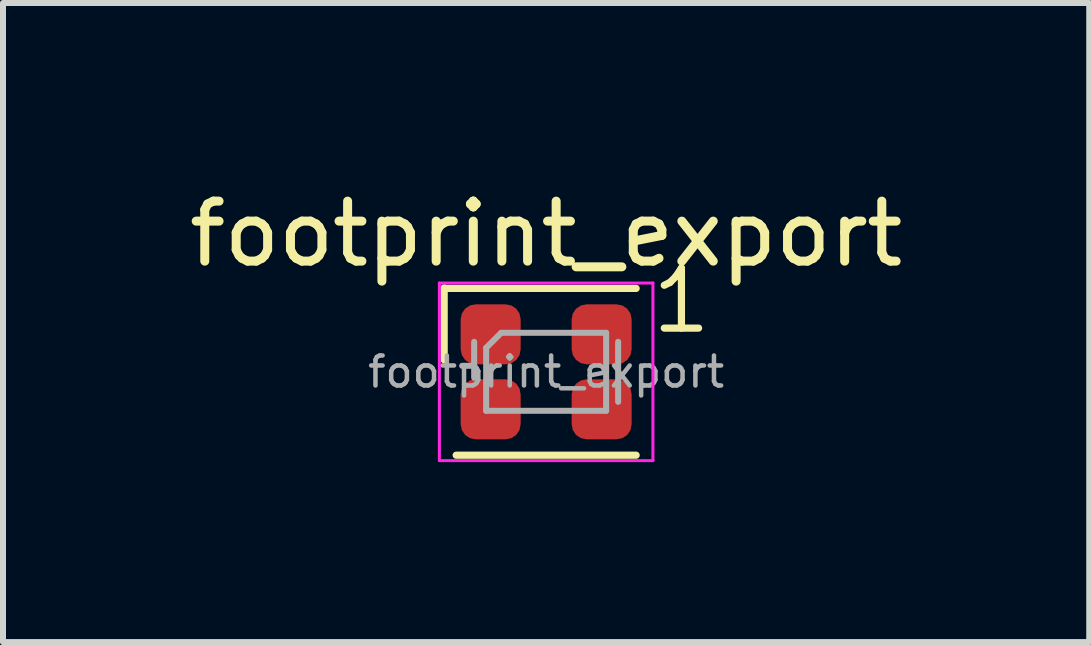
<source format=kicad_pcb>
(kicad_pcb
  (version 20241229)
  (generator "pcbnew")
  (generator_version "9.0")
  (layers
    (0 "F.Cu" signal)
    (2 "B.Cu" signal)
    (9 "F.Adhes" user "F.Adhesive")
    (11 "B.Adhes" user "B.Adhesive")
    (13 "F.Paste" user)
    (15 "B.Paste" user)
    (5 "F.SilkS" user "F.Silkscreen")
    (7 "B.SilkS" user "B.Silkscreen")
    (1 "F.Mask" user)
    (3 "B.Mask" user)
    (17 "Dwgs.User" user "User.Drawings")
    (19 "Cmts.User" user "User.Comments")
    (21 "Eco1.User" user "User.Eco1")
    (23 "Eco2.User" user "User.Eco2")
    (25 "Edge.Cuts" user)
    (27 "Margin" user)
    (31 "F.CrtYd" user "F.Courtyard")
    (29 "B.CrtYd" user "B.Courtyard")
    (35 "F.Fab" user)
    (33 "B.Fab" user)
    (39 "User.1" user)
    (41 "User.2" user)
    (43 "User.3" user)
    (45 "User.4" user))
  (footprint "footprint_export"
    (layer "F.Cu")
    (at 6.054 3.148)
    (property "Reference" "footprint_export" (at 0 -2.3 0) (layer "F.SilkS") (effects (font (size 1 1) (thickness 0.15))))
    (attr smd)
    (fp_line (start -1.7 -0.2) (end -1.7 -1.4) (stroke (width 0.12) (type solid)) (layer "F.SilkS"))
    (fp_line (start 1.5 -1.39) (end -1.69 -1.39) (stroke (width 0.12) (type solid)) (layer "F.SilkS"))
    (fp_line (start 1.5 1.39) (end -1.5 1.39) (stroke (width 0.12) (type solid)) (layer "F.SilkS"))
    (fp_line (start -1.78 -1.48) (end -1.78 1.48) (stroke (width 0.05) (type solid)) (layer "F.CrtYd"))
    (fp_line (start -1.78 1.48) (end 1.78 1.48) (stroke (width 0.05) (type solid)) (layer "F.CrtYd"))
    (fp_line (start 1.78 -1.48) (end -1.78 -1.48) (stroke (width 0.05) (type solid)) (layer "F.CrtYd"))
    (fp_line (start 1.78 1.48) (end 1.78 -1.48) (stroke (width 0.05) (type solid)) (layer "F.CrtYd"))
    (fp_line (start -1.2 -0.1) (end -1.4 -0.1) (stroke (width 0.1) (type solid)) (layer "F.Fab"))
    (fp_line (start -1.2 0.1) (end -1.2 -0.5) (stroke (width 0.1) (type solid)) (layer "F.Fab"))
    (fp_line (start -1 -0.4) (end -0.75 -0.65) (stroke (width 0.1) (type solid)) (layer "F.Fab"))
    (fp_line (start -1 0.65) (end -1 -0.4) (stroke (width 0.1) (type solid)) (layer "F.Fab"))
    (fp_line (start -0.75 -0.65) (end 1 -0.65) (stroke (width 0.1) (type solid)) (layer "F.Fab"))
    (fp_line (start 1 -0.65) (end 1 0.65) (stroke (width 0.1) (type solid)) (layer "F.Fab"))
    (fp_line (start 1 0.65) (end -1 0.65) (stroke (width 0.1) (type solid)) (layer "F.Fab"))
    (fp_line (start 1.2 0.5) (end 1.2 -0.5) (stroke (width 0.1) (type solid)) (layer "F.Fab"))
    (fp_text user "1" (at 1.7 -0.6 0) (unlocked yes) (layer "F.SilkS") (effects (font (size 1 1) (thickness 0.12)) (justify left bottom)))
    (fp_text user "${REFERENCE}" (at 0 0 0) (layer "F.Fab") (effects (font (size 0.5 0.5) (thickness 0.075))))
    (pad "1" smd roundrect (at 0.925 -0.625 180) (size 1 1) (layers "F.Cu" "F.Mask" "F.Paste") (roundrect_rratio 0.25))
    (pad "2" smd roundrect (at 0.925 0.625 180) (size 1 1) (layers "F.Cu" "F.Mask" "F.Paste") (roundrect_rratio 0.25))
    (pad "3" smd roundrect (at -0.925 0.625 180) (size 1 1) (layers "F.Cu" "F.Mask" "F.Paste") (roundrect_rratio 0.25))
    (pad "4" smd roundrect (at -0.925 -0.625 180) (size 1 1) (layers "F.Cu" "F.Mask" "F.Paste") (roundrect_rratio 0.25)))
  (gr_rect
    (start -3 -3)
    (end 15.107 7.653)
    (stroke (width 0.1) (type default))
    (fill no)
    (layer "Edge.Cuts")))
</source>
